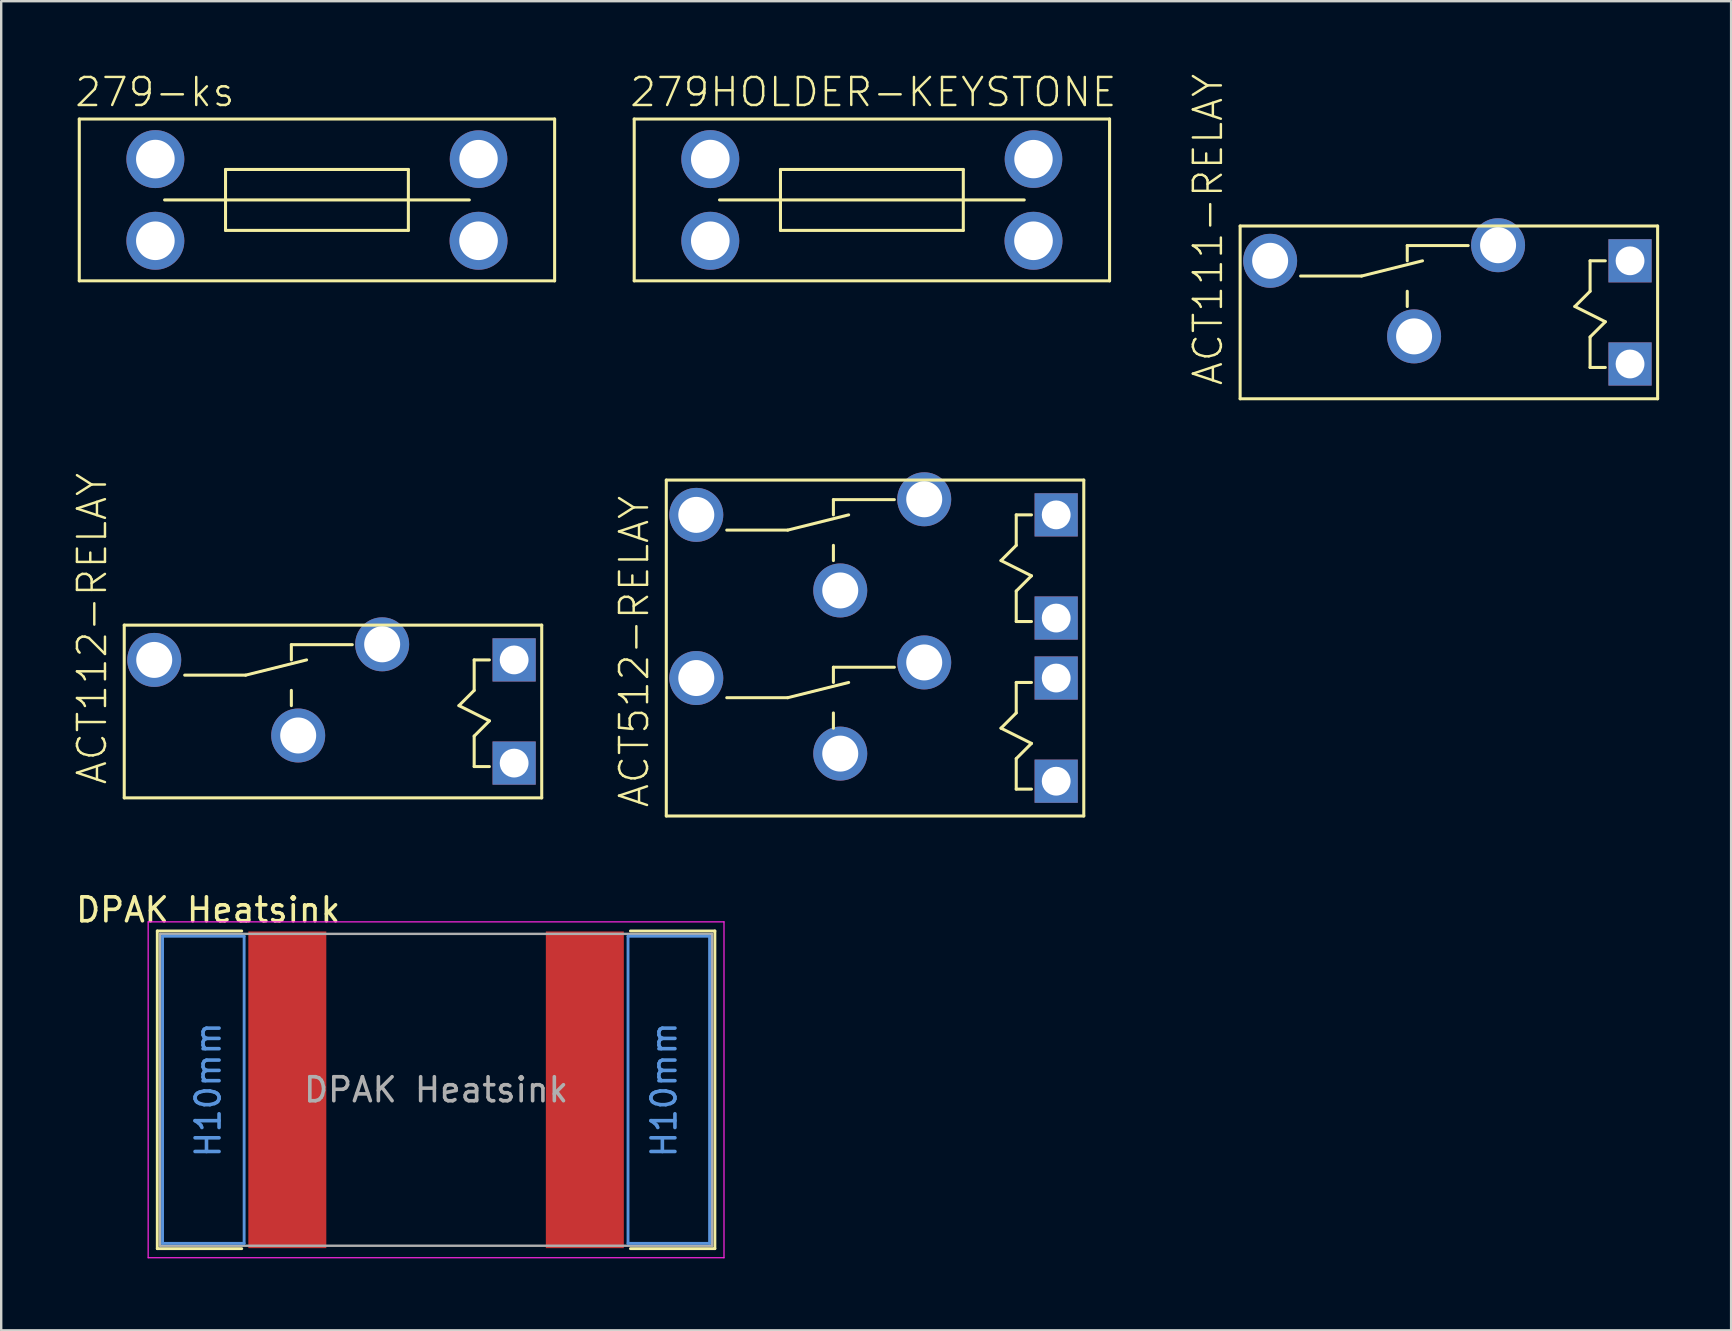
<source format=kicad_pcb>
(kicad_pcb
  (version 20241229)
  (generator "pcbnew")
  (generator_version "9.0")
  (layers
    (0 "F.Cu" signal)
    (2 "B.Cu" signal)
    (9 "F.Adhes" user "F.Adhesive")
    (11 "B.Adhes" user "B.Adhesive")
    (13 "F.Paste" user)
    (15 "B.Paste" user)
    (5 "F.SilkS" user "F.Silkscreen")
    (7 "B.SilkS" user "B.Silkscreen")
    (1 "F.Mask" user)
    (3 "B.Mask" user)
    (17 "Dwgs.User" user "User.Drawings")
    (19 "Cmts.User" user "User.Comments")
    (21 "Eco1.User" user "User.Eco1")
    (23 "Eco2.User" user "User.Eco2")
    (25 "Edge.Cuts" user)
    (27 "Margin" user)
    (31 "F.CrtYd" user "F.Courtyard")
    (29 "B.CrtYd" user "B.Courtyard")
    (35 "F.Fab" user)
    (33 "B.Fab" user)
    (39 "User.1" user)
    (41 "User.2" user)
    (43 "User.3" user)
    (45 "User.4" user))
  (footprint "DPAK Heatsink"
    (layer "F.Cu")
    (at 15.125 42.371)
    (property "Reference" "DPAK Heatsink" (at -9.5 -7.5 180) (layer "F.SilkS") (effects (font (size 1 1) (thickness 0.15))))
    (attr smd)
    (fp_line (start -11.62 -6.62) (end -8.1 -6.62) (stroke (width 0.12) (type solid)) (layer "F.SilkS"))
    (fp_line (start -11.62 6.62) (end -11.62 -6.62) (stroke (width 0.12) (type solid)) (layer "F.SilkS"))
    (fp_line (start -11.62 6.62) (end -8.1 6.62) (stroke (width 0.12) (type solid)) (layer "F.SilkS"))
    (fp_line (start 8.1 -6.62) (end 11.62 -6.62) (stroke (width 0.12) (type solid)) (layer "F.SilkS"))
    (fp_line (start 8.1 6.62) (end 11.62 6.62) (stroke (width 0.12) (type solid)) (layer "F.SilkS"))
    (fp_line (start 11.62 -6.62) (end 11.62 6.62) (stroke (width 0.12) (type solid)) (layer "F.SilkS"))
    (fp_line (start -11.4 -6.4) (end -8 -6.4) (stroke (width 0.12) (type solid)) (layer "Cmts.User"))
    (fp_line (start -11.4 6.4) (end -11.4 -6.4) (stroke (width 0.12) (type solid)) (layer "Cmts.User"))
    (fp_line (start -8 -6.4) (end -8 6.4) (stroke (width 0.12) (type solid)) (layer "Cmts.User"))
    (fp_line (start -8 6.4) (end -11.4 6.4) (stroke (width 0.12) (type solid)) (layer "Cmts.User"))
    (fp_line (start 8 6.4) (end 8 -6.4) (stroke (width 0.12) (type solid)) (layer "Cmts.User"))
    (fp_line (start 8 6.4) (end 11.4 6.4) (stroke (width 0.12) (type solid)) (layer "Cmts.User"))
    (fp_line (start 11.4 -6.4) (end 8 -6.4) (stroke (width 0.12) (type solid)) (layer "Cmts.User"))
    (fp_line (start 11.4 6.4) (end 11.4 -6.4) (stroke (width 0.12) (type solid)) (layer "Cmts.User"))
    (fp_line (start -12 -7) (end -12 7) (stroke (width 0.05) (type solid)) (layer "F.CrtYd"))
    (fp_line (start -12 -7) (end 12 -7) (stroke (width 0.05) (type solid)) (layer "F.CrtYd"))
    (fp_line (start 12 7) (end -12 7) (stroke (width 0.05) (type solid)) (layer "F.CrtYd"))
    (fp_line (start 12 7) (end 12 -7) (stroke (width 0.05) (type solid)) (layer "F.CrtYd"))
    (fp_line (start -11.5 -6.5) (end 11.5 -6.5) (stroke (width 0.1) (type solid)) (layer "F.Fab"))
    (fp_line (start -11.5 6.5) (end -11.5 -6.5) (stroke (width 0.1) (type solid)) (layer "F.Fab"))
    (fp_line (start 11.5 -6.5) (end 11.5 6.5) (stroke (width 0.1) (type solid)) (layer "F.Fab"))
    (fp_line (start 11.5 6.5) (end -11.5 6.5) (stroke (width 0.1) (type solid)) (layer "F.Fab"))
    (fp_text user "H10mm" (at 9.5 0 90) (layer "Cmts.User") (effects (font (size 1 1) (thickness 0.15))))
    (fp_text user "H10mm" (at -9.5 0 90) (layer "Cmts.User") (effects (font (size 1 1) (thickness 0.15))))
    (fp_text user "${REFERENCE}" (at 0 0 0) (layer "F.Fab") (effects (font (size 1 1) (thickness 0.15))))
    (pad "1" smd rect (at -6.2 0 180) (size 3.25 13.2) (layers "F.Cu" "F.Mask" "F.Paste"))
    (pad "1" smd rect (at 6.2 0) (size 3.25 13.2) (layers "F.Cu" "F.Mask" "F.Paste")))
  (footprint "ACT111-RELAY"
    (layer "F.Cu")
    (at 49.887 11.82)
    (property "Reference" "ACT111-RELAY" (at -1.905 1.27 90) (layer "F.SilkS") (effects (font (size 1.168 1.168) (thickness 0.102)) (justify left bottom)))
    (fp_line (start -1.25 -5.45) (end 16.15 -5.45) (stroke (width 0.127) (type solid)) (layer "F.SilkS"))
    (fp_line (start -1.25 1.75) (end -1.25 -5.45) (stroke (width 0.127) (type solid)) (layer "F.SilkS"))
    (fp_line (start 1.27 -3.365) (end 3.81 -3.365) (stroke (width 0.127) (type solid)) (layer "F.SilkS"))
    (fp_line (start 3.81 -3.365) (end 6.35 -4) (stroke (width 0.127) (type solid)) (layer "F.SilkS"))
    (fp_line (start 5.715 -4.635) (end 5.715 -4) (stroke (width 0.127) (type solid)) (layer "F.SilkS"))
    (fp_line (start 5.715 -2.73) (end 5.715 -2.095) (stroke (width 0.127) (type solid)) (layer "F.SilkS"))
    (fp_line (start 8.255 -4.635) (end 5.715 -4.635) (stroke (width 0.127) (type solid)) (layer "F.SilkS"))
    (fp_line (start 12.7 -2.095) (end 13.335 -2.73) (stroke (width 0.127) (type solid)) (layer "F.SilkS"))
    (fp_line (start 13.335 -4) (end 13.97 -4) (stroke (width 0.127) (type solid)) (layer "F.SilkS"))
    (fp_line (start 13.335 -2.73) (end 13.335 -4) (stroke (width 0.127) (type solid)) (layer "F.SilkS"))
    (fp_line (start 13.335 -0.825) (end 13.97 -1.46) (stroke (width 0.127) (type solid)) (layer "F.SilkS"))
    (fp_line (start 13.335 0.445) (end 13.335 -0.825) (stroke (width 0.127) (type solid)) (layer "F.SilkS"))
    (fp_line (start 13.97 -1.46) (end 12.7 -2.095) (stroke (width 0.127) (type solid)) (layer "F.SilkS"))
    (fp_line (start 13.97 0.445) (end 13.335 0.445) (stroke (width 0.127) (type solid)) (layer "F.SilkS"))
    (fp_line (start 16.15 -5.45) (end 16.15 1.75) (stroke (width 0.127) (type solid)) (layer "F.SilkS"))
    (fp_line (start 16.15 1.75) (end -1.25 1.75) (stroke (width 0.127) (type solid)) (layer "F.SilkS"))
    (pad "C1" thru_hole rect (at 15 -4) (size 1.8 1.8) (drill 1.2) (layers "*.Cu" "*.Mask"))
    (pad "C2" thru_hole rect (at 15 0.3) (size 1.8 1.8) (drill 1.2) (layers "*.Cu" "*.Mask"))
    (pad "COM" thru_hole circle (at 0 -4) (size 2.25 2.25) (drill 1.5) (layers "*.Cu" "*.Mask"))
    (pad "NC" thru_hole circle (at 9.5 -4.65) (size 2.25 2.25) (drill 1.5) (layers "*.Cu" "*.Mask"))
    (pad "NO" thru_hole circle (at 6 -0.85) (size 2.25 2.25) (drill 1.5) (layers "*.Cu" "*.Mask")))
  (footprint "279HOLDER-KEYSTONE"
    (layer "F.Cu")
    (at 33.289 5.283)
    (property "Reference" "279HOLDER-KEYSTONE" (at -10.16 -3.81 0) (layer "F.SilkS") (effects (font (size 1.168 1.168) (thickness 0.102)) (justify left bottom)))
    (fp_line (start -9.906 -3.372) (end 9.906 -3.372) (stroke (width 0.127) (type solid)) (layer "F.SilkS"))
    (fp_line (start -9.906 3.372) (end -9.906 -3.372) (stroke (width 0.127) (type solid)) (layer "F.SilkS"))
    (fp_line (start -6.35 0) (end 6.35 0) (stroke (width 0.127) (type solid)) (layer "F.SilkS"))
    (fp_line (start -3.81 -1.27) (end -3.81 1.27) (stroke (width 0.127) (type solid)) (layer "F.SilkS"))
    (fp_line (start -3.81 1.27) (end 3.81 1.27) (stroke (width 0.127) (type solid)) (layer "F.SilkS"))
    (fp_line (start 3.81 -1.27) (end -3.81 -1.27) (stroke (width 0.127) (type solid)) (layer "F.SilkS"))
    (fp_line (start 3.81 1.27) (end 3.81 -1.27) (stroke (width 0.127) (type solid)) (layer "F.SilkS"))
    (fp_line (start 9.906 -3.372) (end 9.906 3.372) (stroke (width 0.127) (type solid)) (layer "F.SilkS"))
    (fp_line (start 9.906 3.372) (end -9.906 3.372) (stroke (width 0.127) (type solid)) (layer "F.SilkS"))
    (pad "1" thru_hole circle (at -6.735 -1.702) (size 2.415 2.415) (drill 1.61) (layers "*.Cu" "*.Mask"))
    (pad "1" thru_hole circle (at -6.735 1.702) (size 2.415 2.415) (drill 1.61) (layers "*.Cu" "*.Mask"))
    (pad "2" thru_hole circle (at 6.735 -1.702) (size 2.4 2.4) (drill 1.6) (layers "*.Cu" "*.Mask"))
    (pad "2" thru_hole circle (at 6.735 1.702) (size 2.415 2.415) (drill 1.61) (layers "*.Cu" "*.Mask")))
  (footprint "ACT512-RELAY"
    (layer "F.Cu")
    (at 25.97 29.409)
    (property "Reference" "ACT512-RELAY" (at -1.905 1.27 90) (layer "F.SilkS") (effects (font (size 1.168 1.168) (thickness 0.102)) (justify left bottom)))
    (fp_line (start -1.25 -12.45) (end 16.15 -12.45) (stroke (width 0.127) (type solid)) (layer "F.SilkS"))
    (fp_line (start -1.25 1.55) (end -1.25 -12.45) (stroke (width 0.127) (type solid)) (layer "F.SilkS"))
    (fp_line (start 1.27 -10.365) (end 3.81 -10.365) (stroke (width 0.127) (type solid)) (layer "F.SilkS"))
    (fp_line (start 1.27 -3.38) (end 3.81 -3.38) (stroke (width 0.127) (type solid)) (layer "F.SilkS"))
    (fp_line (start 3.81 -10.365) (end 6.35 -11) (stroke (width 0.127) (type solid)) (layer "F.SilkS"))
    (fp_line (start 3.81 -3.38) (end 6.35 -4.015) (stroke (width 0.127) (type solid)) (layer "F.SilkS"))
    (fp_line (start 5.715 -11.635) (end 5.715 -11) (stroke (width 0.127) (type solid)) (layer "F.SilkS"))
    (fp_line (start 5.715 -9.73) (end 5.715 -9.095) (stroke (width 0.127) (type solid)) (layer "F.SilkS"))
    (fp_line (start 5.715 -4.65) (end 5.715 -4.015) (stroke (width 0.127) (type solid)) (layer "F.SilkS"))
    (fp_line (start 5.715 -2.745) (end 5.715 -2.11) (stroke (width 0.127) (type solid)) (layer "F.SilkS"))
    (fp_line (start 8.255 -11.635) (end 5.715 -11.635) (stroke (width 0.127) (type solid)) (layer "F.SilkS"))
    (fp_line (start 8.255 -4.65) (end 5.715 -4.65) (stroke (width 0.127) (type solid)) (layer "F.SilkS"))
    (fp_line (start 12.7 -9.095) (end 13.335 -9.73) (stroke (width 0.127) (type solid)) (layer "F.SilkS"))
    (fp_line (start 12.7 -2.11) (end 13.335 -2.745) (stroke (width 0.127) (type solid)) (layer "F.SilkS"))
    (fp_line (start 13.335 -11) (end 13.97 -11) (stroke (width 0.127) (type solid)) (layer "F.SilkS"))
    (fp_line (start 13.335 -9.73) (end 13.335 -11) (stroke (width 0.127) (type solid)) (layer "F.SilkS"))
    (fp_line (start 13.335 -7.825) (end 13.97 -8.46) (stroke (width 0.127) (type solid)) (layer "F.SilkS"))
    (fp_line (start 13.335 -6.555) (end 13.335 -7.825) (stroke (width 0.127) (type solid)) (layer "F.SilkS"))
    (fp_line (start 13.335 -4.015) (end 13.97 -4.015) (stroke (width 0.127) (type solid)) (layer "F.SilkS"))
    (fp_line (start 13.335 -2.745) (end 13.335 -4.015) (stroke (width 0.127) (type solid)) (layer "F.SilkS"))
    (fp_line (start 13.335 -0.84) (end 13.97 -1.475) (stroke (width 0.127) (type solid)) (layer "F.SilkS"))
    (fp_line (start 13.335 0.43) (end 13.335 -0.84) (stroke (width 0.127) (type solid)) (layer "F.SilkS"))
    (fp_line (start 13.97 -8.46) (end 12.7 -9.095) (stroke (width 0.127) (type solid)) (layer "F.SilkS"))
    (fp_line (start 13.97 -6.555) (end 13.335 -6.555) (stroke (width 0.127) (type solid)) (layer "F.SilkS"))
    (fp_line (start 13.97 -1.475) (end 12.7 -2.11) (stroke (width 0.127) (type solid)) (layer "F.SilkS"))
    (fp_line (start 13.97 0.43) (end 13.335 0.43) (stroke (width 0.127) (type solid)) (layer "F.SilkS"))
    (fp_line (start 16.15 -12.45) (end 16.15 1.55) (stroke (width 0.127) (type solid)) (layer "F.SilkS"))
    (fp_line (start 16.15 1.55) (end -1.25 1.55) (stroke (width 0.127) (type solid)) (layer "F.SilkS"))
    (pad "CA1" thru_hole rect (at 15 -11) (size 1.8 1.8) (drill 1.2) (layers "*.Cu" "*.Mask"))
    (pad "CA2" thru_hole rect (at 15 -6.7) (size 1.8 1.8) (drill 1.2) (layers "*.Cu" "*.Mask"))
    (pad "CB3" thru_hole rect (at 15 -4.2) (size 1.8 1.8) (drill 1.2) (layers "*.Cu" "*.Mask"))
    (pad "CB4" thru_hole rect (at 15 0.1) (size 1.8 1.8) (drill 1.2) (layers "*.Cu" "*.Mask"))
    (pad "COMA" thru_hole circle (at 0 -11) (size 2.25 2.25) (drill 1.5) (layers "*.Cu" "*.Mask"))
    (pad "COMB" thru_hole circle (at 0 -4.2) (size 2.25 2.25) (drill 1.5) (layers "*.Cu" "*.Mask"))
    (pad "NCA" thru_hole circle (at 9.5 -11.65) (size 2.25 2.25) (drill 1.5) (layers "*.Cu" "*.Mask"))
    (pad "NCB" thru_hole circle (at 9.5 -4.85) (size 2.25 2.25) (drill 1.5) (layers "*.Cu" "*.Mask"))
    (pad "NOA" thru_hole circle (at 6 -7.85) (size 2.25 2.25) (drill 1.5) (layers "*.Cu" "*.Mask"))
    (pad "NOB" thru_hole circle (at 6 -1.05) (size 2.25 2.25) (drill 1.5) (layers "*.Cu" "*.Mask")))
  (footprint "279-ks"
    (layer "F.Cu")
    (at 10.16 5.283)
    (property "Reference" "279-ks" (at -10.16 -3.81 0) (layer "F.SilkS") (effects (font (size 1.168 1.168) (thickness 0.102)) (justify left bottom)))
    (fp_line (start -9.906 -3.372) (end 9.906 -3.372) (stroke (width 0.127) (type solid)) (layer "F.SilkS"))
    (fp_line (start -9.906 3.372) (end -9.906 -3.372) (stroke (width 0.127) (type solid)) (layer "F.SilkS"))
    (fp_line (start -6.35 0) (end 6.35 0) (stroke (width 0.127) (type solid)) (layer "F.SilkS"))
    (fp_line (start -3.81 -1.27) (end -3.81 1.27) (stroke (width 0.127) (type solid)) (layer "F.SilkS"))
    (fp_line (start -3.81 1.27) (end 3.81 1.27) (stroke (width 0.127) (type solid)) (layer "F.SilkS"))
    (fp_line (start 3.81 -1.27) (end -3.81 -1.27) (stroke (width 0.127) (type solid)) (layer "F.SilkS"))
    (fp_line (start 3.81 1.27) (end 3.81 -1.27) (stroke (width 0.127) (type solid)) (layer "F.SilkS"))
    (fp_line (start 9.906 -3.372) (end 9.906 3.372) (stroke (width 0.127) (type solid)) (layer "F.SilkS"))
    (fp_line (start 9.906 3.372) (end -9.906 3.372) (stroke (width 0.127) (type solid)) (layer "F.SilkS"))
    (pad "1" thru_hole circle (at -6.735 -1.702) (size 2.415 2.415) (drill 1.61) (layers "*.Cu" "*.Mask"))
    (pad "1" thru_hole circle (at -6.735 1.702) (size 2.415 2.415) (drill 1.61) (layers "*.Cu" "*.Mask"))
    (pad "2" thru_hole circle (at 6.735 -1.702) (size 2.4 2.4) (drill 1.6) (layers "*.Cu" "*.Mask"))
    (pad "2" thru_hole circle (at 6.735 1.702) (size 2.415 2.415) (drill 1.61) (layers "*.Cu" "*.Mask")))
  (footprint "ACT112-RELAY"
    (layer "F.Cu")
    (at 3.378 28.454)
    (property "Reference" "ACT112-RELAY" (at -1.905 1.27 90) (layer "F.SilkS") (effects (font (size 1.168 1.168) (thickness 0.102)) (justify left bottom)))
    (fp_line (start -1.25 -5.45) (end 16.15 -5.45) (stroke (width 0.127) (type solid)) (layer "F.SilkS"))
    (fp_line (start -1.25 1.75) (end -1.25 -5.45) (stroke (width 0.127) (type solid)) (layer "F.SilkS"))
    (fp_line (start 1.27 -3.365) (end 3.81 -3.365) (stroke (width 0.127) (type solid)) (layer "F.SilkS"))
    (fp_line (start 3.81 -3.365) (end 6.35 -4) (stroke (width 0.127) (type solid)) (layer "F.SilkS"))
    (fp_line (start 5.715 -4.635) (end 5.715 -4) (stroke (width 0.127) (type solid)) (layer "F.SilkS"))
    (fp_line (start 5.715 -2.73) (end 5.715 -2.095) (stroke (width 0.127) (type solid)) (layer "F.SilkS"))
    (fp_line (start 8.255 -4.635) (end 5.715 -4.635) (stroke (width 0.127) (type solid)) (layer "F.SilkS"))
    (fp_line (start 12.7 -2.095) (end 13.335 -2.73) (stroke (width 0.127) (type solid)) (layer "F.SilkS"))
    (fp_line (start 13.335 -4) (end 13.97 -4) (stroke (width 0.127) (type solid)) (layer "F.SilkS"))
    (fp_line (start 13.335 -2.73) (end 13.335 -4) (stroke (width 0.127) (type solid)) (layer "F.SilkS"))
    (fp_line (start 13.335 -0.825) (end 13.97 -1.46) (stroke (width 0.127) (type solid)) (layer "F.SilkS"))
    (fp_line (start 13.335 0.445) (end 13.335 -0.825) (stroke (width 0.127) (type solid)) (layer "F.SilkS"))
    (fp_line (start 13.97 -1.46) (end 12.7 -2.095) (stroke (width 0.127) (type solid)) (layer "F.SilkS"))
    (fp_line (start 13.97 0.445) (end 13.335 0.445) (stroke (width 0.127) (type solid)) (layer "F.SilkS"))
    (fp_line (start 16.15 -5.45) (end 16.15 1.75) (stroke (width 0.127) (type solid)) (layer "F.SilkS"))
    (fp_line (start 16.15 1.75) (end -1.25 1.75) (stroke (width 0.127) (type solid)) (layer "F.SilkS"))
    (pad "C1" thru_hole rect (at 15 -4) (size 1.8 1.8) (drill 1.2) (layers "*.Cu" "*.Mask"))
    (pad "C2" thru_hole rect (at 15 0.3) (size 1.8 1.8) (drill 1.2) (layers "*.Cu" "*.Mask"))
    (pad "COM" thru_hole circle (at 0 -4) (size 2.25 2.25) (drill 1.5) (layers "*.Cu" "*.Mask"))
    (pad "NC" thru_hole circle (at 9.5 -4.65) (size 2.25 2.25) (drill 1.5) (layers "*.Cu" "*.Mask"))
    (pad "NO" thru_hole circle (at 6 -0.85) (size 2.25 2.25) (drill 1.5) (layers "*.Cu" "*.Mask")))
  (gr_rect
    (start -3 -3)
    (end 69.1 52.396)
    (stroke (width 0.1) (type default))
    (fill no)
    (layer "Edge.Cuts")))
</source>
